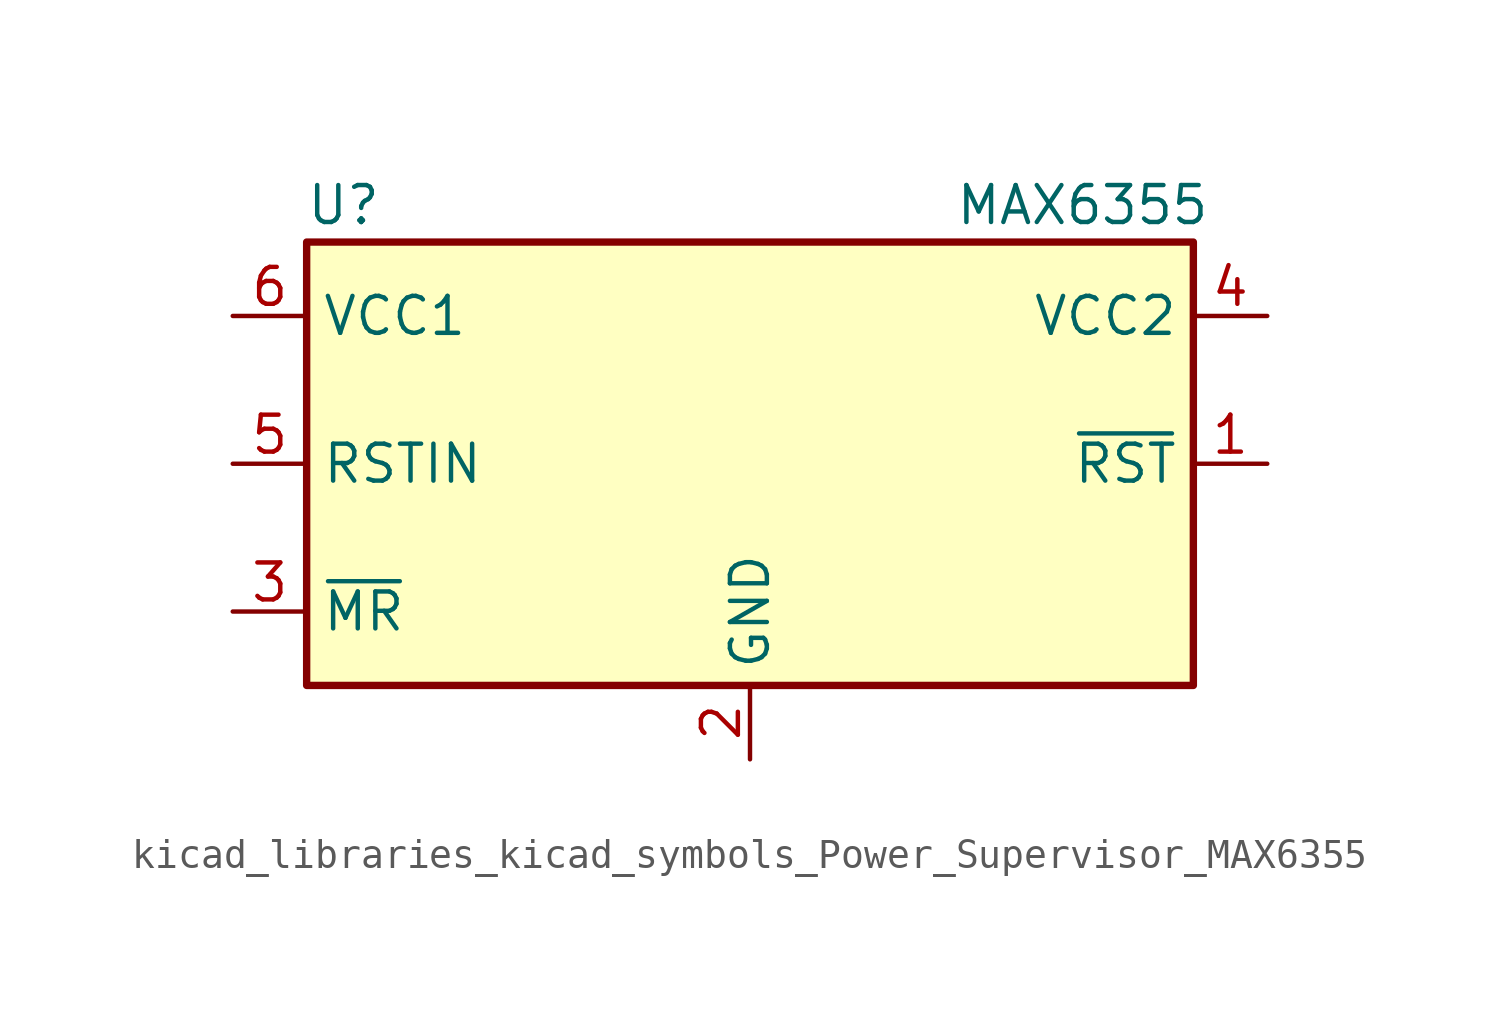
<source format=kicad_sym>
(kicad_symbol_lib
  (version 20220914)
  (generator kicad_symbol_editor)
  (symbol "kicad_libraries_kicad_symbols_Power_Supervisor_MAX6355"
    (property "Reference" "U"
      (at -13.97 8.89 0)
      (effects (font (size 1.27 1.27))))
    (property "Value" "MAX6355"
      (at 11.43 8.89 0)
      (effects (font (size 1.27 1.27))))
    (symbol "kicad_libraries_kicad_symbols_Power_Supervisor_MAX6355_0_1"
      (rectangle (start -15.24 7.62) (end 15.24 -7.62) (stroke (width 0.254) (type default)) (fill (type background))))
    (symbol "kicad_libraries_kicad_symbols_Power_Supervisor_MAX6355_1_1"
      (pin open_collector line (at 17.78 0 180) (length 2.54) (name "~{RST}" (effects (font (size 1.27 1.27)))) (number "1" (effects (font (size 1.27 1.27)))))
      (pin power_in line (at 0 -10.16 90) (length 2.54) (name "GND" (effects (font (size 1.27 1.27)))) (number "2" (effects (font (size 1.27 1.27)))))
      (pin input line (at -17.78 -5.08 0) (length 2.54) (name "~{MR}" (effects (font (size 1.27 1.27)))) (number "3" (effects (font (size 1.27 1.27)))))
      (pin power_in line (at 17.78 5.08 180) (length 2.54) (name "VCC2" (effects (font (size 1.27 1.27)))) (number "4" (effects (font (size 1.27 1.27)))))
      (pin input line (at -17.78 0 0) (length 2.54) (name "RSTIN" (effects (font (size 1.27 1.27)))) (number "5" (effects (font (size 1.27 1.27)))))
      (pin power_in line (at -17.78 5.08 0) (length 2.54) (name "VCC1" (effects (font (size 1.27 1.27)))) (number "6" (effects (font (size 1.27 1.27))))))))
</source>
